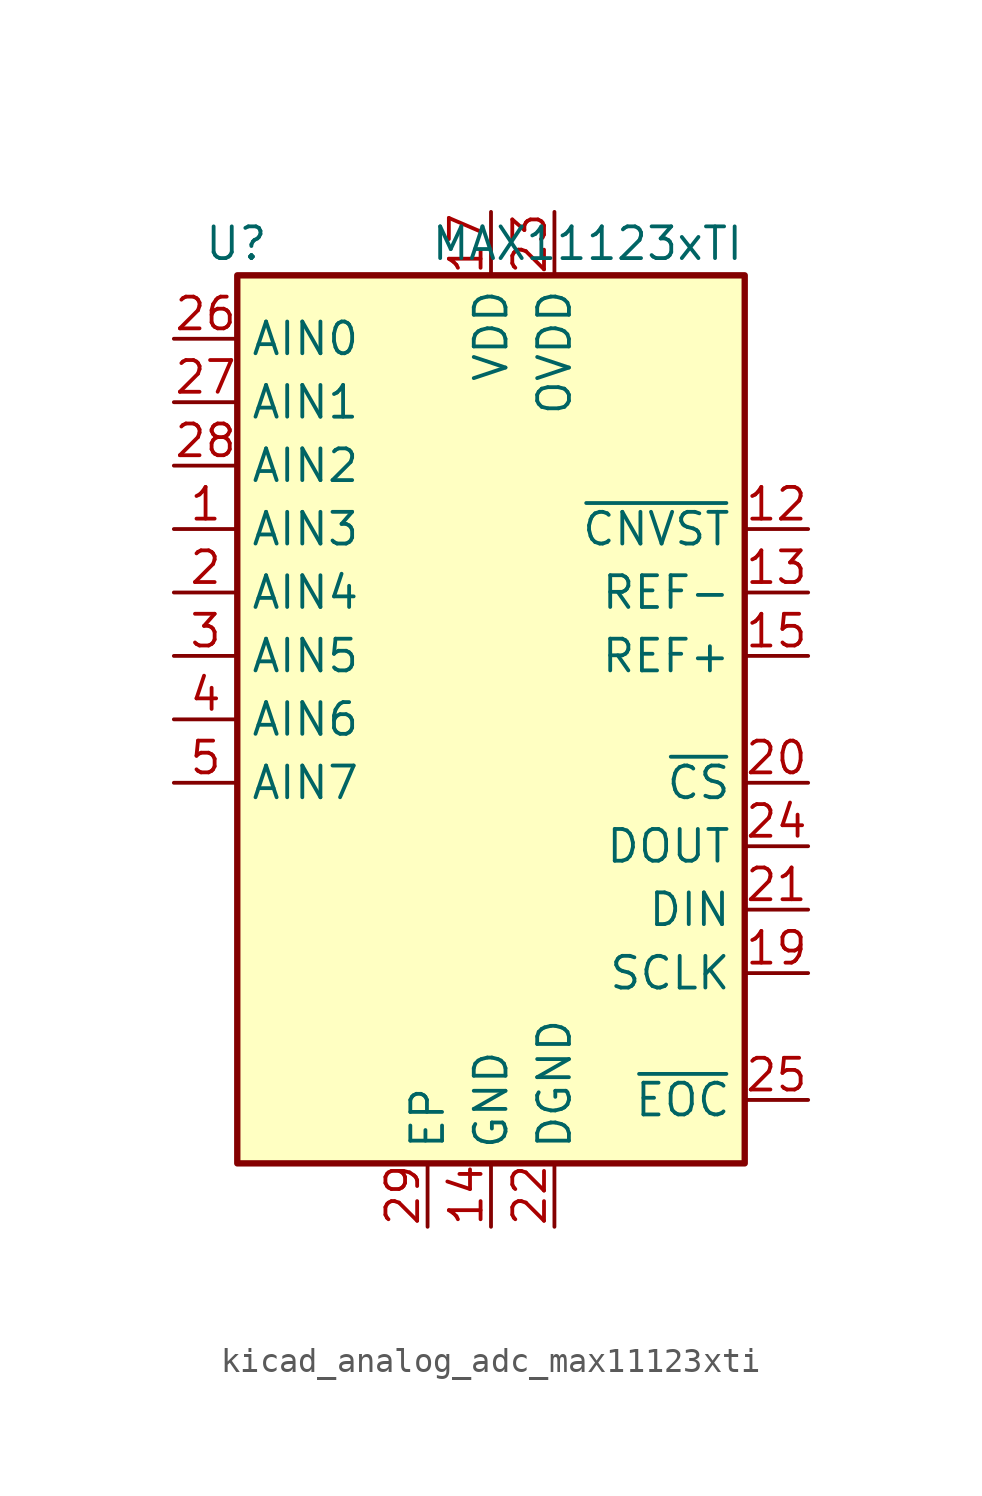
<source format=kicad_sym>
(kicad_symbol_lib
  (version 20220914)
  (generator kicad_symbol_editor)
  (symbol "kicad_analog_adc_max11123xti"
    (property "Reference" "U"
      (at -8.89 19.05 0)
      (effects (font (size 1.27 1.27)) (justify right)))
    (property "Value" "MAX11123xTI"
      (at 10.16 19.05 0)
      (effects (font (size 1.27 1.27)) (justify right)))
    (symbol "kicad_analog_adc_max11123xti_0_1"
      (rectangle (start 10.16 17.78) (end -10.16 -17.78) (stroke (width 0.254) (type default)) (fill (type background))))
    (symbol "kicad_analog_adc_max11123xti_1_1"
      (pin input line (at -12.7 7.62 0) (length 2.54) (name "AIN3" (effects (font (size 1.27 1.27)))) (number "1" (effects (font (size 1.27 1.27)))))
      (pin passive line (at 0 -20.32 90) (length 2.54) hide (name "GND" (effects (font (size 1.27 1.27)))) (number "10" (effects (font (size 1.27 1.27)))))
      (pin passive line (at 0 -20.32 90) (length 2.54) hide (name "GND" (effects (font (size 1.27 1.27)))) (number "11" (effects (font (size 1.27 1.27)))))
      (pin input line (at 12.7 7.62 180) (length 2.54) (name "~{CNVST}" (effects (font (size 1.27 1.27)))) (number "12" (effects (font (size 1.27 1.27)))))
      (pin input line (at 12.7 5.08 180) (length 2.54) (name "REF-" (effects (font (size 1.27 1.27)))) (number "13" (effects (font (size 1.27 1.27)))))
      (pin power_in line (at 0 -20.32 90) (length 2.54) (name "GND" (effects (font (size 1.27 1.27)))) (number "14" (effects (font (size 1.27 1.27)))))
      (pin input line (at 12.7 2.54 180) (length 2.54) (name "REF+" (effects (font (size 1.27 1.27)))) (number "15" (effects (font (size 1.27 1.27)))))
      (pin passive line (at 0 -20.32 90) (length 2.54) hide (name "GND" (effects (font (size 1.27 1.27)))) (number "16" (effects (font (size 1.27 1.27)))))
      (pin power_in line (at 0 20.32 270) (length 2.54) (name "VDD" (effects (font (size 1.27 1.27)))) (number "17" (effects (font (size 1.27 1.27)))))
      (pin passive line (at 0 20.32 270) (length 2.54) hide (name "VDD" (effects (font (size 1.27 1.27)))) (number "18" (effects (font (size 1.27 1.27)))))
      (pin input line (at 12.7 -10.16 180) (length 2.54) (name "SCLK" (effects (font (size 1.27 1.27)))) (number "19" (effects (font (size 1.27 1.27)))))
      (pin input line (at -12.7 5.08 0) (length 2.54) (name "AIN4" (effects (font (size 1.27 1.27)))) (number "2" (effects (font (size 1.27 1.27)))))
      (pin input line (at 12.7 -2.54 180) (length 2.54) (name "~{CS}" (effects (font (size 1.27 1.27)))) (number "20" (effects (font (size 1.27 1.27)))))
      (pin input line (at 12.7 -7.62 180) (length 2.54) (name "DIN" (effects (font (size 1.27 1.27)))) (number "21" (effects (font (size 1.27 1.27)))))
      (pin power_in line (at 2.54 -20.32 90) (length 2.54) (name "DGND" (effects (font (size 1.27 1.27)))) (number "22" (effects (font (size 1.27 1.27)))))
      (pin power_in line (at 2.54 20.32 270) (length 2.54) (name "OVDD" (effects (font (size 1.27 1.27)))) (number "23" (effects (font (size 1.27 1.27)))))
      (pin output line (at 12.7 -5.08 180) (length 2.54) (name "DOUT" (effects (font (size 1.27 1.27)))) (number "24" (effects (font (size 1.27 1.27)))))
      (pin output line (at 12.7 -15.24 180) (length 2.54) (name "~{EOC}" (effects (font (size 1.27 1.27)))) (number "25" (effects (font (size 1.27 1.27)))))
      (pin input line (at -12.7 15.24 0) (length 2.54) (name "AIN0" (effects (font (size 1.27 1.27)))) (number "26" (effects (font (size 1.27 1.27)))))
      (pin input line (at -12.7 12.7 0) (length 2.54) (name "AIN1" (effects (font (size 1.27 1.27)))) (number "27" (effects (font (size 1.27 1.27)))))
      (pin input line (at -12.7 10.16 0) (length 2.54) (name "AIN2" (effects (font (size 1.27 1.27)))) (number "28" (effects (font (size 1.27 1.27)))))
      (pin power_in line (at -2.54 -20.32 90) (length 2.54) (name "EP" (effects (font (size 1.27 1.27)))) (number "29" (effects (font (size 1.27 1.27)))))
      (pin input line (at -12.7 2.54 0) (length 2.54) (name "AIN5" (effects (font (size 1.27 1.27)))) (number "3" (effects (font (size 1.27 1.27)))))
      (pin input line (at -12.7 0 0) (length 2.54) (name "AIN6" (effects (font (size 1.27 1.27)))) (number "4" (effects (font (size 1.27 1.27)))))
      (pin input line (at -12.7 -2.54 0) (length 2.54) (name "AIN7" (effects (font (size 1.27 1.27)))) (number "5" (effects (font (size 1.27 1.27)))))
      (pin passive line (at 0 -20.32 90) (length 2.54) hide (name "GND" (effects (font (size 1.27 1.27)))) (number "6" (effects (font (size 1.27 1.27)))))
      (pin passive line (at 0 -20.32 90) (length 2.54) hide (name "GND" (effects (font (size 1.27 1.27)))) (number "7" (effects (font (size 1.27 1.27)))))
      (pin passive line (at 0 -20.32 90) (length 2.54) hide (name "GND" (effects (font (size 1.27 1.27)))) (number "8" (effects (font (size 1.27 1.27)))))
      (pin passive line (at 0 -20.32 90) (length 2.54) hide (name "GND" (effects (font (size 1.27 1.27)))) (number "9" (effects (font (size 1.27 1.27))))))))
</source>
